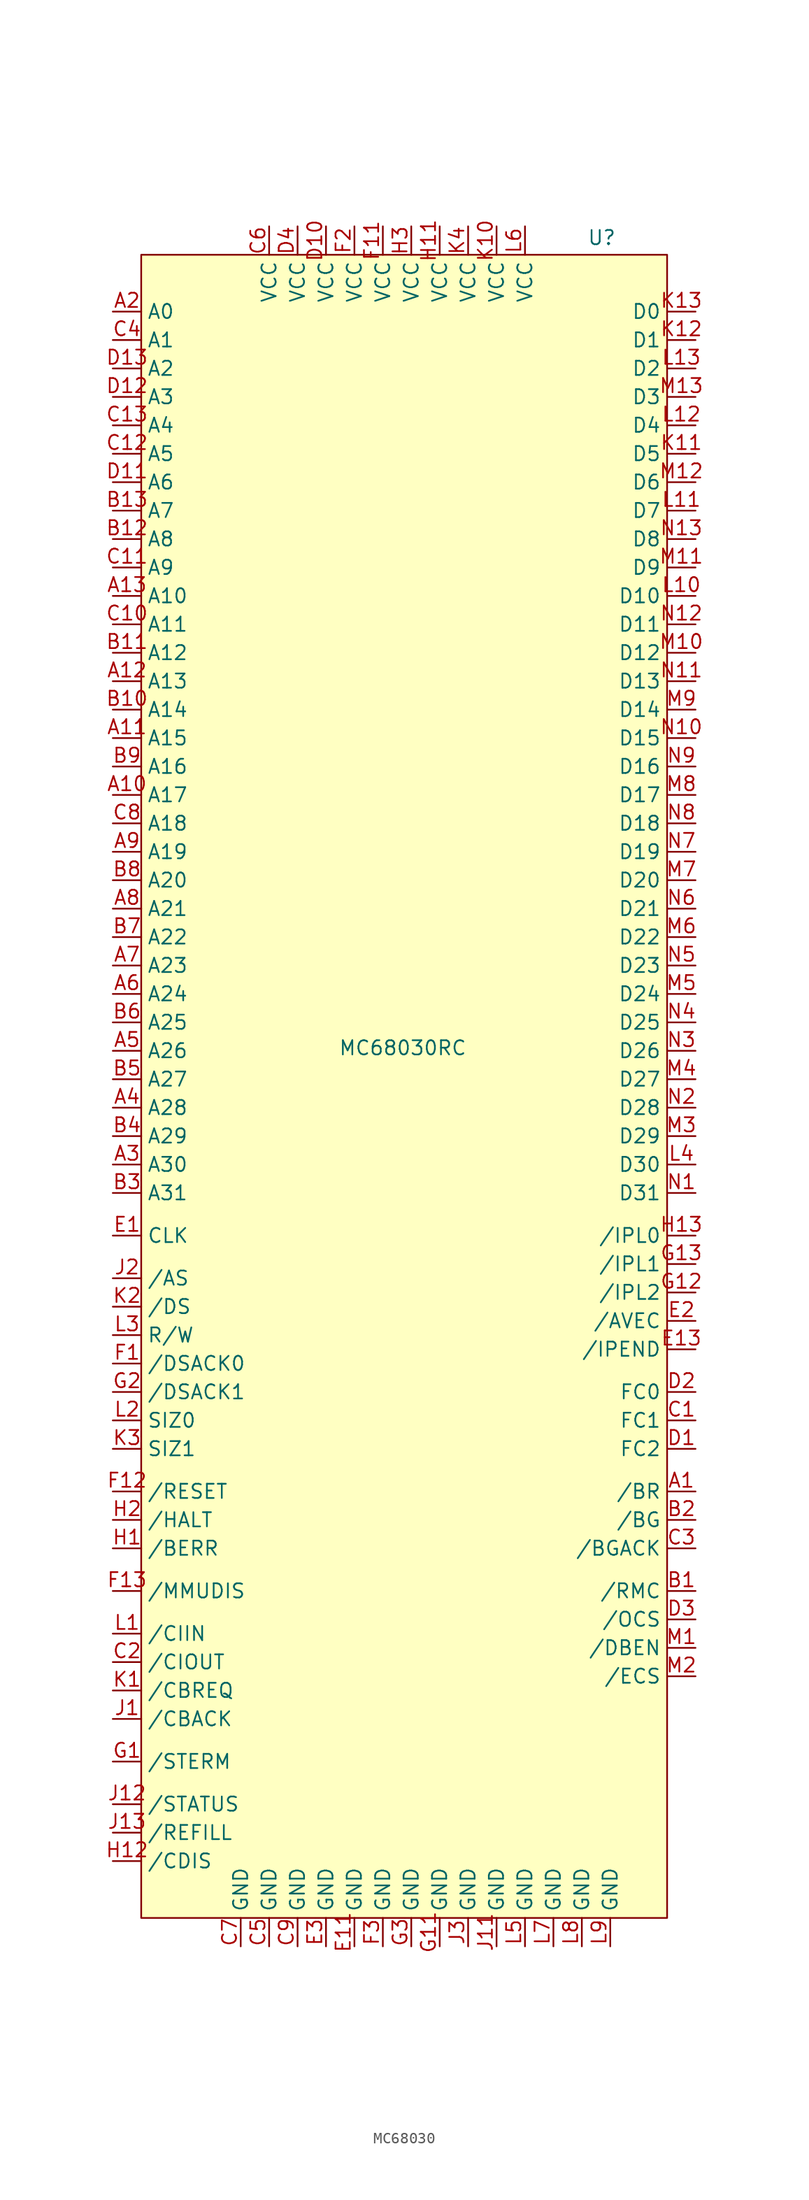
<source format=kicad_sym>
(kicad_symbol_lib
  (version 20231120)
  (generator "kicad_symbol_editor")
  (generator_version "8.0")
  (symbol "MC68030"
    (property "Reference" "U"
      (at 18.288 71.374 0)
      (effects (font (size 1.27 1.27))))
    (property "Value" "MC68030RC"
      (at 0.508 -1.016 0)
      (effects (font (size 1.27 1.27))))
    (symbol "MC68030_1_1"
      (rectangle (start -22.86 69.85) (end 24.13 -78.74) (stroke (width 0) (type default)) (fill (type background)))
      (pin input line (at 26.67 -40.64 180) (length 2.54) (name "/BR" (effects (font (size 1.27 1.27)))) (number "A1" (effects (font (size 1.27 1.27)))))
      (pin output line (at -25.4 21.59 0) (length 2.54) (name "A17" (effects (font (size 1.27 1.27)))) (number "A10" (effects (font (size 1.27 1.27)))))
      (pin output line (at -25.4 26.67 0) (length 2.54) (name "A15" (effects (font (size 1.27 1.27)))) (number "A11" (effects (font (size 1.27 1.27)))))
      (pin output line (at -25.4 31.75 0) (length 2.54) (name "A13" (effects (font (size 1.27 1.27)))) (number "A12" (effects (font (size 1.27 1.27)))))
      (pin output line (at -25.4 39.37 0) (length 2.54) (name "A10" (effects (font (size 1.27 1.27)))) (number "A13" (effects (font (size 1.27 1.27)))))
      (pin output line (at -25.4 64.77 0) (length 2.54) (name "A0" (effects (font (size 1.27 1.27)))) (number "A2" (effects (font (size 1.27 1.27)))))
      (pin output line (at -25.4 -11.43 0) (length 2.54) (name "A30" (effects (font (size 1.27 1.27)))) (number "A3" (effects (font (size 1.27 1.27)))))
      (pin output line (at -25.4 -6.35 0) (length 2.54) (name "A28" (effects (font (size 1.27 1.27)))) (number "A4" (effects (font (size 1.27 1.27)))))
      (pin output line (at -25.4 -1.27 0) (length 2.54) (name "A26" (effects (font (size 1.27 1.27)))) (number "A5" (effects (font (size 1.27 1.27)))))
      (pin output line (at -25.4 3.81 0) (length 2.54) (name "A24" (effects (font (size 1.27 1.27)))) (number "A6" (effects (font (size 1.27 1.27)))))
      (pin output line (at -25.4 6.35 0) (length 2.54) (name "A23" (effects (font (size 1.27 1.27)))) (number "A7" (effects (font (size 1.27 1.27)))))
      (pin output line (at -25.4 11.43 0) (length 2.54) (name "A21" (effects (font (size 1.27 1.27)))) (number "A8" (effects (font (size 1.27 1.27)))))
      (pin output line (at -25.4 16.51 0) (length 2.54) (name "A19" (effects (font (size 1.27 1.27)))) (number "A9" (effects (font (size 1.27 1.27)))))
      (pin output line (at 26.67 -49.53 180) (length 2.54) (name "/RMC" (effects (font (size 1.27 1.27)))) (number "B1" (effects (font (size 1.27 1.27)))))
      (pin output line (at -25.4 29.21 0) (length 2.54) (name "A14" (effects (font (size 1.27 1.27)))) (number "B10" (effects (font (size 1.27 1.27)))))
      (pin output line (at -25.4 34.29 0) (length 2.54) (name "A12" (effects (font (size 1.27 1.27)))) (number "B11" (effects (font (size 1.27 1.27)))))
      (pin output line (at -25.4 44.45 0) (length 2.54) (name "A8" (effects (font (size 1.27 1.27)))) (number "B12" (effects (font (size 1.27 1.27)))))
      (pin output line (at -25.4 46.99 0) (length 2.54) (name "A7" (effects (font (size 1.27 1.27)))) (number "B13" (effects (font (size 1.27 1.27)))))
      (pin output line (at 26.67 -43.18 180) (length 2.54) (name "/BG" (effects (font (size 1.27 1.27)))) (number "B2" (effects (font (size 1.27 1.27)))))
      (pin output line (at -25.4 -13.97 0) (length 2.54) (name "A31" (effects (font (size 1.27 1.27)))) (number "B3" (effects (font (size 1.27 1.27)))))
      (pin output line (at -25.4 -8.89 0) (length 2.54) (name "A29" (effects (font (size 1.27 1.27)))) (number "B4" (effects (font (size 1.27 1.27)))))
      (pin output line (at -25.4 -3.81 0) (length 2.54) (name "A27" (effects (font (size 1.27 1.27)))) (number "B5" (effects (font (size 1.27 1.27)))))
      (pin output line (at -25.4 1.27 0) (length 2.54) (name "A25" (effects (font (size 1.27 1.27)))) (number "B6" (effects (font (size 1.27 1.27)))))
      (pin output line (at -25.4 8.89 0) (length 2.54) (name "A22" (effects (font (size 1.27 1.27)))) (number "B7" (effects (font (size 1.27 1.27)))))
      (pin output line (at -25.4 13.97 0) (length 2.54) (name "A20" (effects (font (size 1.27 1.27)))) (number "B8" (effects (font (size 1.27 1.27)))))
      (pin output line (at -25.4 24.13 0) (length 2.54) (name "A16" (effects (font (size 1.27 1.27)))) (number "B9" (effects (font (size 1.27 1.27)))))
      (pin output line (at 26.67 -34.29 180) (length 2.54) (name "FC1" (effects (font (size 1.27 1.27)))) (number "C1" (effects (font (size 1.27 1.27)))))
      (pin output line (at -25.4 36.83 0) (length 2.54) (name "A11" (effects (font (size 1.27 1.27)))) (number "C10" (effects (font (size 1.27 1.27)))))
      (pin output line (at -25.4 41.91 0) (length 2.54) (name "A9" (effects (font (size 1.27 1.27)))) (number "C11" (effects (font (size 1.27 1.27)))))
      (pin output line (at -25.4 52.07 0) (length 2.54) (name "A5" (effects (font (size 1.27 1.27)))) (number "C12" (effects (font (size 1.27 1.27)))))
      (pin output line (at -25.4 54.61 0) (length 2.54) (name "A4" (effects (font (size 1.27 1.27)))) (number "C13" (effects (font (size 1.27 1.27)))))
      (pin output line (at -25.4 -55.88 0) (length 2.54) (name "/CIOUT" (effects (font (size 1.27 1.27)))) (number "C2" (effects (font (size 1.27 1.27)))))
      (pin input line (at 26.67 -45.72 180) (length 2.54) (name "/BGACK" (effects (font (size 1.27 1.27)))) (number "C3" (effects (font (size 1.27 1.27)))))
      (pin output line (at -25.4 62.23 0) (length 2.54) (name "A1" (effects (font (size 1.27 1.27)))) (number "C4" (effects (font (size 1.27 1.27)))))
      (pin power_in line (at -11.43 -81.28 90) (length 2.54) (name "GND" (effects (font (size 1.27 1.27)))) (number "C5" (effects (font (size 1.27 1.27)))))
      (pin power_in line (at -11.43 72.39 270) (length 2.54) (name "VCC" (effects (font (size 1.27 1.27)))) (number "C6" (effects (font (size 1.27 1.27)))))
      (pin power_in line (at -13.97 -81.28 90) (length 2.54) (name "GND" (effects (font (size 1.27 1.27)))) (number "C7" (effects (font (size 1.27 1.27)))))
      (pin output line (at -25.4 19.05 0) (length 2.54) (name "A18" (effects (font (size 1.27 1.27)))) (number "C8" (effects (font (size 1.27 1.27)))))
      (pin power_in line (at -8.89 -81.28 90) (length 2.54) (name "GND" (effects (font (size 1.27 1.27)))) (number "C9" (effects (font (size 1.27 1.27)))))
      (pin output line (at 26.67 -36.83 180) (length 2.54) (name "FC2" (effects (font (size 1.27 1.27)))) (number "D1" (effects (font (size 1.27 1.27)))))
      (pin power_in line (at -6.35 72.39 270) (length 2.54) (name "VCC" (effects (font (size 1.27 1.27)))) (number "D10" (effects (font (size 1.27 1.27)))))
      (pin output line (at -25.4 49.53 0) (length 2.54) (name "A6" (effects (font (size 1.27 1.27)))) (number "D11" (effects (font (size 1.27 1.27)))))
      (pin output line (at -25.4 57.15 0) (length 2.54) (name "A3" (effects (font (size 1.27 1.27)))) (number "D12" (effects (font (size 1.27 1.27)))))
      (pin output line (at -25.4 59.69 0) (length 2.54) (name "A2" (effects (font (size 1.27 1.27)))) (number "D13" (effects (font (size 1.27 1.27)))))
      (pin output line (at 26.67 -31.75 180) (length 2.54) (name "FC0" (effects (font (size 1.27 1.27)))) (number "D2" (effects (font (size 1.27 1.27)))))
      (pin output line (at 26.67 -52.07 180) (length 2.54) (name "/OCS" (effects (font (size 1.27 1.27)))) (number "D3" (effects (font (size 1.27 1.27)))))
      (pin power_in line (at -8.89 72.39 270) (length 2.54) (name "VCC" (effects (font (size 1.27 1.27)))) (number "D4" (effects (font (size 1.27 1.27)))))
      (pin no_connect line (at 26.67 -60.96 180) (length 2.54) hide (name "NC" (effects (font (size 1.27 1.27)))) (number "D5" (effects (font (size 1.27 1.27)))))
      (pin input line (at -25.4 -17.78 0) (length 2.54) (name "CLK" (effects (font (size 1.27 1.27)))) (number "E1" (effects (font (size 1.27 1.27)))))
      (pin power_in line (at -3.81 -81.28 90) (length 2.54) (name "GND" (effects (font (size 1.27 1.27)))) (number "E11" (effects (font (size 1.27 1.27)))))
      (pin no_connect line (at 26.67 -63.5 180) (length 2.54) hide (name "NC" (effects (font (size 1.27 1.27)))) (number "E12" (effects (font (size 1.27 1.27)))))
      (pin output line (at 26.67 -27.94 180) (length 2.54) (name "/IPEND" (effects (font (size 1.27 1.27)))) (number "E13" (effects (font (size 1.27 1.27)))))
      (pin input line (at 26.67 -25.4 180) (length 2.54) (name "/AVEC" (effects (font (size 1.27 1.27)))) (number "E2" (effects (font (size 1.27 1.27)))))
      (pin power_in line (at -6.35 -81.28 90) (length 2.54) (name "GND" (effects (font (size 1.27 1.27)))) (number "E3" (effects (font (size 1.27 1.27)))))
      (pin input line (at -25.4 -29.21 0) (length 2.54) (name "/DSACK0" (effects (font (size 1.27 1.27)))) (number "F1" (effects (font (size 1.27 1.27)))))
      (pin no_connect line (at 26.67 -68.58 180) (length 2.54) hide (name "NC" (effects (font (size 1.27 1.27)))) (number "F10" (effects (font (size 1.27 1.27)))))
      (pin power_in line (at -1.27 72.39 270) (length 2.54) (name "VCC" (effects (font (size 1.27 1.27)))) (number "F11" (effects (font (size 1.27 1.27)))))
      (pin bidirectional line (at -25.4 -40.64 0) (length 2.54) (name "/RESET" (effects (font (size 1.27 1.27)))) (number "F12" (effects (font (size 1.27 1.27)))))
      (pin input line (at -25.4 -49.53 0) (length 2.54) (name "/MMUDIS" (effects (font (size 1.27 1.27)))) (number "F13" (effects (font (size 1.27 1.27)))))
      (pin power_in line (at -3.81 72.39 270) (length 2.54) (name "VCC" (effects (font (size 1.27 1.27)))) (number "F2" (effects (font (size 1.27 1.27)))))
      (pin power_in line (at -1.27 -81.28 90) (length 2.54) (name "GND" (effects (font (size 1.27 1.27)))) (number "F3" (effects (font (size 1.27 1.27)))))
      (pin no_connect line (at 26.67 -66.04 180) (length 2.54) hide (name "NC" (effects (font (size 1.27 1.27)))) (number "F4" (effects (font (size 1.27 1.27)))))
      (pin input line (at -25.4 -64.77 0) (length 2.54) (name "/STERM" (effects (font (size 1.27 1.27)))) (number "G1" (effects (font (size 1.27 1.27)))))
      (pin power_in line (at 3.81 -81.28 90) (length 2.54) (name "GND" (effects (font (size 1.27 1.27)))) (number "G11" (effects (font (size 1.27 1.27)))))
      (pin input line (at 26.67 -22.86 180) (length 2.54) (name "/IPL2" (effects (font (size 1.27 1.27)))) (number "G12" (effects (font (size 1.27 1.27)))))
      (pin input line (at 26.67 -20.32 180) (length 2.54) (name "/IPL1" (effects (font (size 1.27 1.27)))) (number "G13" (effects (font (size 1.27 1.27)))))
      (pin input line (at -25.4 -31.75 0) (length 2.54) (name "/DSACK1" (effects (font (size 1.27 1.27)))) (number "G2" (effects (font (size 1.27 1.27)))))
      (pin power_in line (at 1.27 -81.28 90) (length 2.54) (name "GND" (effects (font (size 1.27 1.27)))) (number "G3" (effects (font (size 1.27 1.27)))))
      (pin input line (at -25.4 -45.72 0) (length 2.54) (name "/BERR" (effects (font (size 1.27 1.27)))) (number "H1" (effects (font (size 1.27 1.27)))))
      (pin power_in line (at 3.81 72.39 270) (length 2.54) (name "VCC" (effects (font (size 1.27 1.27)))) (number "H11" (effects (font (size 1.27 1.27)))))
      (pin input line (at -25.4 -73.66 0) (length 2.54) (name "/CDIS" (effects (font (size 1.27 1.27)))) (number "H12" (effects (font (size 1.27 1.27)))))
      (pin input line (at 26.67 -17.78 180) (length 2.54) (name "/IPL0" (effects (font (size 1.27 1.27)))) (number "H13" (effects (font (size 1.27 1.27)))))
      (pin input line (at -25.4 -43.18 0) (length 2.54) (name "/HALT" (effects (font (size 1.27 1.27)))) (number "H2" (effects (font (size 1.27 1.27)))))
      (pin power_in line (at 1.27 72.39 270) (length 2.54) (name "VCC" (effects (font (size 1.27 1.27)))) (number "H3" (effects (font (size 1.27 1.27)))))
      (pin input line (at -25.4 -60.96 0) (length 2.54) (name "/CBACK" (effects (font (size 1.27 1.27)))) (number "J1" (effects (font (size 1.27 1.27)))))
      (pin power_in line (at 8.89 -81.28 90) (length 2.54) (name "GND" (effects (font (size 1.27 1.27)))) (number "J11" (effects (font (size 1.27 1.27)))))
      (pin input line (at -25.4 -68.58 0) (length 2.54) (name "/STATUS" (effects (font (size 1.27 1.27)))) (number "J12" (effects (font (size 1.27 1.27)))))
      (pin input line (at -25.4 -71.12 0) (length 2.54) (name "/REFILL" (effects (font (size 1.27 1.27)))) (number "J13" (effects (font (size 1.27 1.27)))))
      (pin output line (at -25.4 -21.59 0) (length 2.54) (name "/AS" (effects (font (size 1.27 1.27)))) (number "J2" (effects (font (size 1.27 1.27)))))
      (pin power_in line (at 6.35 -81.28 90) (length 2.54) (name "GND" (effects (font (size 1.27 1.27)))) (number "J3" (effects (font (size 1.27 1.27)))))
      (pin output line (at -25.4 -58.42 0) (length 2.54) (name "/CBREQ" (effects (font (size 1.27 1.27)))) (number "K1" (effects (font (size 1.27 1.27)))))
      (pin power_in line (at 8.89 72.39 270) (length 2.54) (name "VCC" (effects (font (size 1.27 1.27)))) (number "K10" (effects (font (size 1.27 1.27)))))
      (pin bidirectional line (at 26.67 52.07 180) (length 2.54) (name "D5" (effects (font (size 1.27 1.27)))) (number "K11" (effects (font (size 1.27 1.27)))))
      (pin bidirectional line (at 26.67 62.23 180) (length 2.54) (name "D1" (effects (font (size 1.27 1.27)))) (number "K12" (effects (font (size 1.27 1.27)))))
      (pin bidirectional line (at 26.67 64.77 180) (length 2.54) (name "D0" (effects (font (size 1.27 1.27)))) (number "K13" (effects (font (size 1.27 1.27)))))
      (pin output line (at -25.4 -24.13 0) (length 2.54) (name "/DS" (effects (font (size 1.27 1.27)))) (number "K2" (effects (font (size 1.27 1.27)))))
      (pin output line (at -25.4 -36.83 0) (length 2.54) (name "SIZ1" (effects (font (size 1.27 1.27)))) (number "K3" (effects (font (size 1.27 1.27)))))
      (pin power_in line (at 6.35 72.39 270) (length 2.54) (name "VCC" (effects (font (size 1.27 1.27)))) (number "K4" (effects (font (size 1.27 1.27)))))
      (pin no_connect line (at 26.67 -71.12 180) (length 2.54) hide (name "NC" (effects (font (size 1.27 1.27)))) (number "K5" (effects (font (size 1.27 1.27)))))
      (pin input line (at -25.4 -53.34 0) (length 2.54) (name "/CIIN" (effects (font (size 1.27 1.27)))) (number "L1" (effects (font (size 1.27 1.27)))))
      (pin bidirectional line (at 26.67 39.37 180) (length 2.54) (name "D10" (effects (font (size 1.27 1.27)))) (number "L10" (effects (font (size 1.27 1.27)))))
      (pin bidirectional line (at 26.67 46.99 180) (length 2.54) (name "D7" (effects (font (size 1.27 1.27)))) (number "L11" (effects (font (size 1.27 1.27)))))
      (pin bidirectional line (at 26.67 54.61 180) (length 2.54) (name "D4" (effects (font (size 1.27 1.27)))) (number "L12" (effects (font (size 1.27 1.27)))))
      (pin bidirectional line (at 26.67 59.69 180) (length 2.54) (name "D2" (effects (font (size 1.27 1.27)))) (number "L13" (effects (font (size 1.27 1.27)))))
      (pin output line (at -25.4 -34.29 0) (length 2.54) (name "SIZ0" (effects (font (size 1.27 1.27)))) (number "L2" (effects (font (size 1.27 1.27)))))
      (pin output line (at -25.4 -26.67 0) (length 2.54) (name "R/W" (effects (font (size 1.27 1.27)))) (number "L3" (effects (font (size 1.27 1.27)))))
      (pin bidirectional line (at 26.67 -11.43 180) (length 2.54) (name "D30" (effects (font (size 1.27 1.27)))) (number "L4" (effects (font (size 1.27 1.27)))))
      (pin power_in line (at 11.43 -81.28 90) (length 2.54) (name "GND" (effects (font (size 1.27 1.27)))) (number "L5" (effects (font (size 1.27 1.27)))))
      (pin power_in line (at 11.43 72.39 270) (length 2.54) (name "VCC" (effects (font (size 1.27 1.27)))) (number "L6" (effects (font (size 1.27 1.27)))))
      (pin power_in line (at 13.97 -81.28 90) (length 2.54) (name "GND" (effects (font (size 1.27 1.27)))) (number "L7" (effects (font (size 1.27 1.27)))))
      (pin power_in line (at 16.51 -81.28 90) (length 2.54) (name "GND" (effects (font (size 1.27 1.27)))) (number "L8" (effects (font (size 1.27 1.27)))))
      (pin power_in line (at 19.05 -81.28 90) (length 2.54) (name "GND" (effects (font (size 1.27 1.27)))) (number "L9" (effects (font (size 1.27 1.27)))))
      (pin output line (at 26.67 -54.61 180) (length 2.54) (name "/DBEN" (effects (font (size 1.27 1.27)))) (number "M1" (effects (font (size 1.27 1.27)))))
      (pin bidirectional line (at 26.67 34.29 180) (length 2.54) (name "D12" (effects (font (size 1.27 1.27)))) (number "M10" (effects (font (size 1.27 1.27)))))
      (pin bidirectional line (at 26.67 41.91 180) (length 2.54) (name "D9" (effects (font (size 1.27 1.27)))) (number "M11" (effects (font (size 1.27 1.27)))))
      (pin bidirectional line (at 26.67 49.53 180) (length 2.54) (name "D6" (effects (font (size 1.27 1.27)))) (number "M12" (effects (font (size 1.27 1.27)))))
      (pin bidirectional line (at 26.67 57.15 180) (length 2.54) (name "D3" (effects (font (size 1.27 1.27)))) (number "M13" (effects (font (size 1.27 1.27)))))
      (pin output line (at 26.67 -57.15 180) (length 2.54) (name "/ECS" (effects (font (size 1.27 1.27)))) (number "M2" (effects (font (size 1.27 1.27)))))
      (pin bidirectional line (at 26.67 -8.89 180) (length 2.54) (name "D29" (effects (font (size 1.27 1.27)))) (number "M3" (effects (font (size 1.27 1.27)))))
      (pin bidirectional line (at 26.67 -3.81 180) (length 2.54) (name "D27" (effects (font (size 1.27 1.27)))) (number "M4" (effects (font (size 1.27 1.27)))))
      (pin bidirectional line (at 26.67 3.81 180) (length 2.54) (name "D24" (effects (font (size 1.27 1.27)))) (number "M5" (effects (font (size 1.27 1.27)))))
      (pin bidirectional line (at 26.67 8.89 180) (length 2.54) (name "D22" (effects (font (size 1.27 1.27)))) (number "M6" (effects (font (size 1.27 1.27)))))
      (pin bidirectional line (at 26.67 13.97 180) (length 2.54) (name "D20" (effects (font (size 1.27 1.27)))) (number "M7" (effects (font (size 1.27 1.27)))))
      (pin bidirectional line (at 26.67 21.59 180) (length 2.54) (name "D17" (effects (font (size 1.27 1.27)))) (number "M8" (effects (font (size 1.27 1.27)))))
      (pin bidirectional line (at 26.67 29.21 180) (length 2.54) (name "D14" (effects (font (size 1.27 1.27)))) (number "M9" (effects (font (size 1.27 1.27)))))
      (pin bidirectional line (at 26.67 -13.97 180) (length 2.54) (name "D31" (effects (font (size 1.27 1.27)))) (number "N1" (effects (font (size 1.27 1.27)))))
      (pin bidirectional line (at 26.67 26.67 180) (length 2.54) (name "D15" (effects (font (size 1.27 1.27)))) (number "N10" (effects (font (size 1.27 1.27)))))
      (pin bidirectional line (at 26.67 31.75 180) (length 2.54) (name "D13" (effects (font (size 1.27 1.27)))) (number "N11" (effects (font (size 1.27 1.27)))))
      (pin bidirectional line (at 26.67 36.83 180) (length 2.54) (name "D11" (effects (font (size 1.27 1.27)))) (number "N12" (effects (font (size 1.27 1.27)))))
      (pin bidirectional line (at 26.67 44.45 180) (length 2.54) (name "D8" (effects (font (size 1.27 1.27)))) (number "N13" (effects (font (size 1.27 1.27)))))
      (pin bidirectional line (at 26.67 -6.35 180) (length 2.54) (name "D28" (effects (font (size 1.27 1.27)))) (number "N2" (effects (font (size 1.27 1.27)))))
      (pin bidirectional line (at 26.67 -1.27 180) (length 2.54) (name "D26" (effects (font (size 1.27 1.27)))) (number "N3" (effects (font (size 1.27 1.27)))))
      (pin bidirectional line (at 26.67 1.27 180) (length 2.54) (name "D25" (effects (font (size 1.27 1.27)))) (number "N4" (effects (font (size 1.27 1.27)))))
      (pin bidirectional line (at 26.67 6.35 180) (length 2.54) (name "D23" (effects (font (size 1.27 1.27)))) (number "N5" (effects (font (size 1.27 1.27)))))
      (pin bidirectional line (at 26.67 11.43 180) (length 2.54) (name "D21" (effects (font (size 1.27 1.27)))) (number "N6" (effects (font (size 1.27 1.27)))))
      (pin bidirectional line (at 26.67 16.51 180) (length 2.54) (name "D19" (effects (font (size 1.27 1.27)))) (number "N7" (effects (font (size 1.27 1.27)))))
      (pin bidirectional line (at 26.67 19.05 180) (length 2.54) (name "D18" (effects (font (size 1.27 1.27)))) (number "N8" (effects (font (size 1.27 1.27)))))
      (pin bidirectional line (at 26.67 24.13 180) (length 2.54) (name "D16" (effects (font (size 1.27 1.27)))) (number "N9" (effects (font (size 1.27 1.27))))))))
</source>
